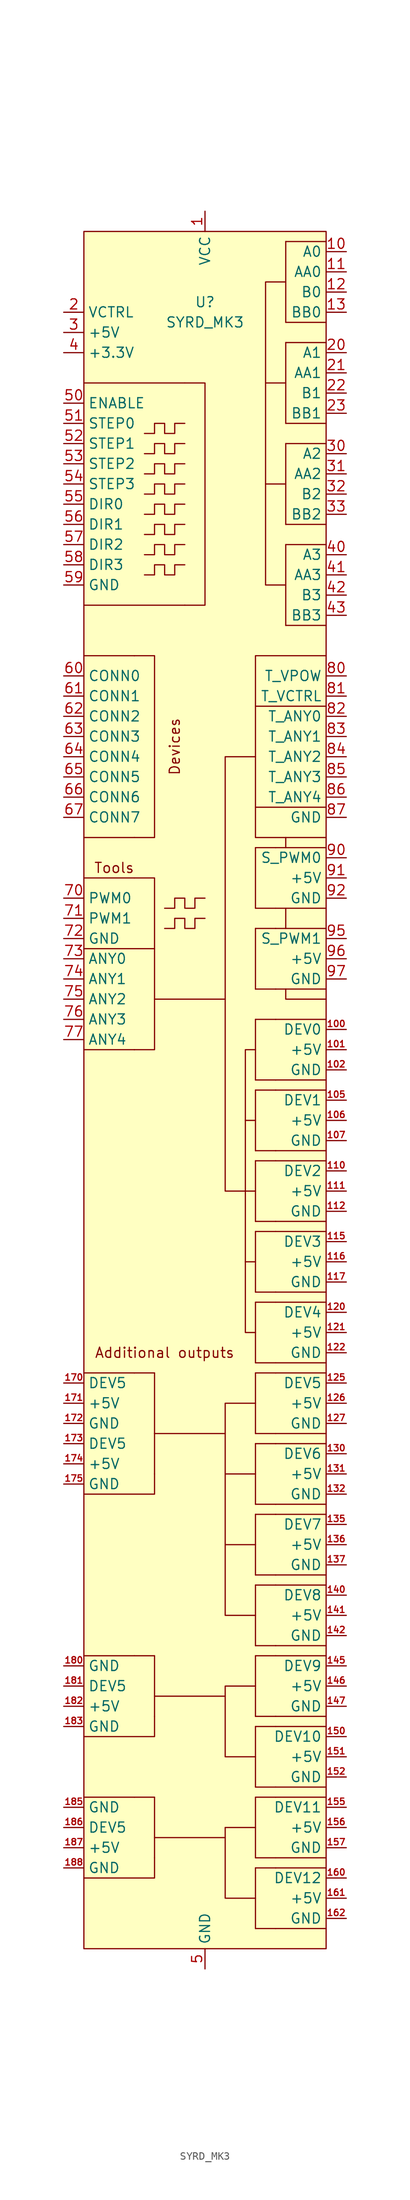
<source format=kicad_sym>
(kicad_symbol_lib
  (version 20211014)
  (generator kicad_symbol_editor)
  (symbol "SYRD_MK3"
    (property "Reference" "U"
      (at 0 52.07 0)
      (effects (font (size 1.27 1.27))))
    (property "Value" "SYRD_MK3"
      (at 0 49.53 0)
      (effects (font (size 1.27 1.27))))
    (symbol "SYRD_MK3_0_0"
      (polyline (pts (xy -6.35 -140.97) (xy 2.54 -140.97)) (stroke (width 0) (type default) (color 0 0 0 0)) (fill (type none)))
      (polyline (pts (xy -6.35 -95.25) (xy -6.35 -90.17)) (stroke (width 0) (type default) (color 0 0 0 0)) (fill (type none)))
      (polyline (pts (xy 2.54 -139.7) (xy 6.35 -139.7)) (stroke (width 0) (type default) (color 0 0 0 0)) (fill (type none)))
      (polyline (pts (xy 5.08 -68.58) (xy 6.35 -68.58)) (stroke (width 0) (type default) (color 0 0 0 0)) (fill (type none)))
      (polyline (pts (xy 5.08 -59.69) (xy 6.35 -59.69)) (stroke (width 0) (type default) (color 0 0 0 0)) (fill (type none)))
      (polyline (pts (xy 5.08 -50.8) (xy 6.35 -50.8)) (stroke (width 0) (type default) (color 0 0 0 0)) (fill (type none)))
      (polyline (pts (xy 10.16 -26.67) (xy 10.16 -24.13)) (stroke (width 0) (type default) (color 0 0 0 0)) (fill (type none)))
      (polyline (pts (xy 10.16 -16.51) (xy 10.16 -15.24)) (stroke (width 0) (type default) (color 0 0 0 0)) (fill (type none)))
      (polyline (pts (xy -6.35 -143.51) (xy -6.35 -146.05) (xy -15.24 -146.05)) (stroke (width 0) (type default) (color 0 0 0 0)) (fill (type none)))
      (polyline (pts (xy -6.35 -125.73) (xy -6.35 -128.27) (xy -15.24 -128.27)) (stroke (width 0) (type default) (color 0 0 0 0)) (fill (type none)))
      (polyline (pts (xy -6.35 -95.25) (xy -6.35 -97.79) (xy -15.24 -97.79)) (stroke (width 0) (type default) (color 0 0 0 0)) (fill (type none)))
      (polyline (pts (xy 2.54 -139.7) (xy 2.54 -148.59) (xy 6.35 -148.59)) (stroke (width 0) (type default) (color 0 0 0 0)) (fill (type none)))
      (polyline (pts (xy 2.54 -123.19) (xy 2.54 -130.81) (xy 6.35 -130.81)) (stroke (width 0) (type default) (color 0 0 0 0)) (fill (type none)))
      (polyline (pts (xy 2.54 -104.14) (xy 2.54 -113.03) (xy 6.35 -113.03)) (stroke (width 0) (type default) (color 0 0 0 0)) (fill (type none)))
      (polyline (pts (xy 2.54 -90.17) (xy 2.54 -95.25) (xy 6.35 -95.25)) (stroke (width 0) (type default) (color 0 0 0 0)) (fill (type none)))
      (polyline (pts (xy 2.54 -35.56) (xy 2.54 -59.69) (xy 5.08 -59.69)) (stroke (width 0) (type default) (color 0 0 0 0)) (fill (type none)))
      (polyline (pts (xy 7.62 29.21) (xy 7.62 16.51) (xy 10.16 16.51)) (stroke (width 0) (type default) (color 0 0 0 0)) (fill (type none)))
      (polyline (pts (xy 15.24 -35.56) (xy 10.16 -35.56) (xy 10.16 -34.29)) (stroke (width 0) (type default) (color 0 0 0 0)) (fill (type none)))
      (polyline (pts (xy -6.35 -123.19) (xy 2.54 -123.19) (xy 2.54 -121.92) (xy 6.35 -121.92)) (stroke (width 0) (type default) (color 0 0 0 0)) (fill (type none)))
      (polyline (pts (xy -6.35 -90.17) (xy 2.54 -90.17) (xy 2.54 -86.36) (xy 6.35 -86.36)) (stroke (width 0) (type default) (color 0 0 0 0)) (fill (type none)))
      (polyline (pts (xy -6.35 -35.56) (xy 2.54 -35.56) (xy 2.54 -5.08) (xy 6.35 -5.08)) (stroke (width 0) (type default) (color 0 0 0 0)) (fill (type none)))
      (polyline (pts (xy 6.35 -41.91) (xy 5.08 -41.91) (xy 5.08 -77.47) (xy 6.35 -77.47)) (stroke (width 0) (type default) (color 0 0 0 0)) (fill (type none)))
      (polyline (pts (xy 2.54 -99.06) (xy 2.54 -95.25) (xy 2.54 -99.06) (xy 2.54 -104.14) (xy 6.35 -104.14)) (stroke (width 0) (type default) (color 0 0 0 0)) (fill (type none)))
      (polyline (pts (xy 10.16 54.61) (xy 7.62 54.61) (xy 7.62 41.91) (xy 10.16 41.91) (xy 7.62 41.91) (xy 7.62 29.21) (xy 10.16 29.21) (xy 7.62 29.21)) (stroke (width 0) (type default) (color 0 0 0 0)) (fill (type none)))
      (text "Additional outputs" (at -5.08 -80.01 0) (effects (font (size 1.27 1.27))))
      (text "Devices" (at -3.81 -3.81 900) (effects (font (size 1.27 1.27))))
      (text "Tools" (at -11.43 -19.05 0) (effects (font (size 1.27 1.27)))))
    (symbol "SYRD_MK3_0_1"
      (rectangle (start -15.24 60.96) (end 15.24 -154.94) (stroke (width 0) (type default) (color 0 0 0 0)) (fill (type background)))
      (polyline (pts (xy -15.24 -29.21) (xy -6.35 -29.21)) (stroke (width 0) (type default) (color 0 0 0 0)) (fill (type none)))
      (polyline (pts (xy -8.89 -135.89) (xy -15.24 -135.89)) (stroke (width 0) (type default) (color 0 0 0 0)) (fill (type none)))
      (polyline (pts (xy -8.89 -118.11) (xy -15.24 -118.11)) (stroke (width 0) (type default) (color 0 0 0 0)) (fill (type none)))
      (polyline (pts (xy -8.89 -82.55) (xy -15.24 -82.55)) (stroke (width 0) (type default) (color 0 0 0 0)) (fill (type none)))
      (polyline (pts (xy -8.89 -41.91) (xy -15.24 -41.91)) (stroke (width 0) (type default) (color 0 0 0 0)) (fill (type none)))
      (polyline (pts (xy -8.89 -20.32) (xy -15.24 -20.32)) (stroke (width 0) (type default) (color 0 0 0 0)) (fill (type none)))
      (polyline (pts (xy -8.89 -15.24) (xy -15.24 -15.24)) (stroke (width 0) (type default) (color 0 0 0 0)) (fill (type none)))
      (polyline (pts (xy -8.89 7.62) (xy -15.24 7.62)) (stroke (width 0) (type default) (color 0 0 0 0)) (fill (type none)))
      (polyline (pts (xy -6.35 -135.89) (xy -8.89 -135.89)) (stroke (width 0) (type default) (color 0 0 0 0)) (fill (type none)))
      (polyline (pts (xy -6.35 -135.89) (xy -6.35 -143.51)) (stroke (width 0) (type default) (color 0 0 0 0)) (fill (type none)))
      (polyline (pts (xy -6.35 -118.11) (xy -8.89 -118.11)) (stroke (width 0) (type default) (color 0 0 0 0)) (fill (type none)))
      (polyline (pts (xy -6.35 -118.11) (xy -6.35 -125.73)) (stroke (width 0) (type default) (color 0 0 0 0)) (fill (type none)))
      (polyline (pts (xy -6.35 -82.55) (xy -8.89 -82.55)) (stroke (width 0) (type default) (color 0 0 0 0)) (fill (type none)))
      (polyline (pts (xy -6.35 -82.55) (xy -6.35 -90.17)) (stroke (width 0) (type default) (color 0 0 0 0)) (fill (type none)))
      (polyline (pts (xy -2.54 13.97) (xy -15.24 13.97)) (stroke (width 0) (type default) (color 0 0 0 0)) (fill (type none)))
      (polyline (pts (xy -2.54 41.91) (xy -15.24 41.91)) (stroke (width 0) (type default) (color 0 0 0 0)) (fill (type none)))
      (polyline (pts (xy 6.35 -152.4) (xy 8.89 -152.4)) (stroke (width 0) (type default) (color 0 0 0 0)) (fill (type none)))
      (polyline (pts (xy 6.35 -144.78) (xy 6.35 -152.4)) (stroke (width 0) (type default) (color 0 0 0 0)) (fill (type none)))
      (polyline (pts (xy 6.35 -144.78) (xy 8.89 -144.78)) (stroke (width 0) (type default) (color 0 0 0 0)) (fill (type none)))
      (polyline (pts (xy 6.35 -143.51) (xy 8.89 -143.51)) (stroke (width 0) (type default) (color 0 0 0 0)) (fill (type none)))
      (polyline (pts (xy 6.35 -135.89) (xy 6.35 -143.51)) (stroke (width 0) (type default) (color 0 0 0 0)) (fill (type none)))
      (polyline (pts (xy 6.35 -135.89) (xy 8.89 -135.89)) (stroke (width 0) (type default) (color 0 0 0 0)) (fill (type none)))
      (polyline (pts (xy 6.35 -134.62) (xy 8.89 -134.62)) (stroke (width 0) (type default) (color 0 0 0 0)) (fill (type none)))
      (polyline (pts (xy 6.35 -127) (xy 6.35 -134.62)) (stroke (width 0) (type default) (color 0 0 0 0)) (fill (type none)))
      (polyline (pts (xy 6.35 -127) (xy 8.89 -127)) (stroke (width 0) (type default) (color 0 0 0 0)) (fill (type none)))
      (polyline (pts (xy 6.35 -125.73) (xy 8.89 -125.73)) (stroke (width 0) (type default) (color 0 0 0 0)) (fill (type none)))
      (polyline (pts (xy 6.35 -118.11) (xy 6.35 -125.73)) (stroke (width 0) (type default) (color 0 0 0 0)) (fill (type none)))
      (polyline (pts (xy 6.35 -118.11) (xy 8.89 -118.11)) (stroke (width 0) (type default) (color 0 0 0 0)) (fill (type none)))
      (polyline (pts (xy 6.35 -116.84) (xy 8.89 -116.84)) (stroke (width 0) (type default) (color 0 0 0 0)) (fill (type none)))
      (polyline (pts (xy 6.35 -109.22) (xy 6.35 -116.84)) (stroke (width 0) (type default) (color 0 0 0 0)) (fill (type none)))
      (polyline (pts (xy 6.35 -109.22) (xy 8.89 -109.22)) (stroke (width 0) (type default) (color 0 0 0 0)) (fill (type none)))
      (polyline (pts (xy 6.35 -107.95) (xy 8.89 -107.95)) (stroke (width 0) (type default) (color 0 0 0 0)) (fill (type none)))
      (polyline (pts (xy 6.35 -100.33) (xy 6.35 -107.95)) (stroke (width 0) (type default) (color 0 0 0 0)) (fill (type none)))
      (polyline (pts (xy 6.35 -100.33) (xy 8.89 -100.33)) (stroke (width 0) (type default) (color 0 0 0 0)) (fill (type none)))
      (polyline (pts (xy 6.35 -99.06) (xy 8.89 -99.06)) (stroke (width 0) (type default) (color 0 0 0 0)) (fill (type none)))
      (polyline (pts (xy 6.35 -91.44) (xy 6.35 -99.06)) (stroke (width 0) (type default) (color 0 0 0 0)) (fill (type none)))
      (polyline (pts (xy 6.35 -91.44) (xy 8.89 -91.44)) (stroke (width 0) (type default) (color 0 0 0 0)) (fill (type none)))
      (polyline (pts (xy 6.35 -90.17) (xy 8.89 -90.17)) (stroke (width 0) (type default) (color 0 0 0 0)) (fill (type none)))
      (polyline (pts (xy 6.35 -82.55) (xy 6.35 -90.17)) (stroke (width 0) (type default) (color 0 0 0 0)) (fill (type none)))
      (polyline (pts (xy 6.35 -82.55) (xy 8.89 -82.55)) (stroke (width 0) (type default) (color 0 0 0 0)) (fill (type none)))
      (polyline (pts (xy 6.35 -81.28) (xy 8.89 -81.28)) (stroke (width 0) (type default) (color 0 0 0 0)) (fill (type none)))
      (polyline (pts (xy 6.35 -73.66) (xy 6.35 -81.28)) (stroke (width 0) (type default) (color 0 0 0 0)) (fill (type none)))
      (polyline (pts (xy 6.35 -73.66) (xy 8.89 -73.66)) (stroke (width 0) (type default) (color 0 0 0 0)) (fill (type none)))
      (polyline (pts (xy 6.35 -72.39) (xy 8.89 -72.39)) (stroke (width 0) (type default) (color 0 0 0 0)) (fill (type none)))
      (polyline (pts (xy 6.35 -64.77) (xy 6.35 -72.39)) (stroke (width 0) (type default) (color 0 0 0 0)) (fill (type none)))
      (polyline (pts (xy 6.35 -64.77) (xy 8.89 -64.77)) (stroke (width 0) (type default) (color 0 0 0 0)) (fill (type none)))
      (polyline (pts (xy 6.35 -63.5) (xy 8.89 -63.5)) (stroke (width 0) (type default) (color 0 0 0 0)) (fill (type none)))
      (polyline (pts (xy 6.35 -55.88) (xy 6.35 -63.5)) (stroke (width 0) (type default) (color 0 0 0 0)) (fill (type none)))
      (polyline (pts (xy 6.35 -55.88) (xy 8.89 -55.88)) (stroke (width 0) (type default) (color 0 0 0 0)) (fill (type none)))
      (polyline (pts (xy 6.35 -54.61) (xy 8.89 -54.61)) (stroke (width 0) (type default) (color 0 0 0 0)) (fill (type none)))
      (polyline (pts (xy 6.35 -46.99) (xy 6.35 -54.61)) (stroke (width 0) (type default) (color 0 0 0 0)) (fill (type none)))
      (polyline (pts (xy 6.35 -46.99) (xy 8.89 -46.99)) (stroke (width 0) (type default) (color 0 0 0 0)) (fill (type none)))
      (polyline (pts (xy 6.35 -45.72) (xy 8.89 -45.72)) (stroke (width 0) (type default) (color 0 0 0 0)) (fill (type none)))
      (polyline (pts (xy 6.35 -38.1) (xy 6.35 -45.72)) (stroke (width 0) (type default) (color 0 0 0 0)) (fill (type none)))
      (polyline (pts (xy 6.35 -38.1) (xy 8.89 -38.1)) (stroke (width 0) (type default) (color 0 0 0 0)) (fill (type none)))
      (polyline (pts (xy 6.35 -34.29) (xy 8.89 -34.29)) (stroke (width 0) (type default) (color 0 0 0 0)) (fill (type none)))
      (polyline (pts (xy 6.35 -26.67) (xy 6.35 -34.29)) (stroke (width 0) (type default) (color 0 0 0 0)) (fill (type none)))
      (polyline (pts (xy 6.35 -26.67) (xy 8.89 -26.67)) (stroke (width 0) (type default) (color 0 0 0 0)) (fill (type none)))
      (polyline (pts (xy 6.35 -24.13) (xy 8.89 -24.13)) (stroke (width 0) (type default) (color 0 0 0 0)) (fill (type none)))
      (polyline (pts (xy 6.35 -16.51) (xy 6.35 -24.13)) (stroke (width 0) (type default) (color 0 0 0 0)) (fill (type none)))
      (polyline (pts (xy 6.35 -16.51) (xy 8.89 -16.51)) (stroke (width 0) (type default) (color 0 0 0 0)) (fill (type none)))
      (polyline (pts (xy 6.35 -11.43) (xy 15.24 -11.43)) (stroke (width 0) (type default) (color 0 0 0 0)) (fill (type none)))
      (polyline (pts (xy 6.35 1.27) (xy 15.24 1.27)) (stroke (width 0) (type default) (color 0 0 0 0)) (fill (type none)))
      (polyline (pts (xy 8.89 -152.4) (xy 15.24 -152.4)) (stroke (width 0) (type default) (color 0 0 0 0)) (fill (type none)))
      (polyline (pts (xy 8.89 -144.78) (xy 15.24 -144.78)) (stroke (width 0) (type default) (color 0 0 0 0)) (fill (type none)))
      (polyline (pts (xy 8.89 -143.51) (xy 15.24 -143.51)) (stroke (width 0) (type default) (color 0 0 0 0)) (fill (type none)))
      (polyline (pts (xy 8.89 -135.89) (xy 15.24 -135.89)) (stroke (width 0) (type default) (color 0 0 0 0)) (fill (type none)))
      (polyline (pts (xy 8.89 -134.62) (xy 15.24 -134.62)) (stroke (width 0) (type default) (color 0 0 0 0)) (fill (type none)))
      (polyline (pts (xy 8.89 -127) (xy 15.24 -127)) (stroke (width 0) (type default) (color 0 0 0 0)) (fill (type none)))
      (polyline (pts (xy 8.89 -125.73) (xy 15.24 -125.73)) (stroke (width 0) (type default) (color 0 0 0 0)) (fill (type none)))
      (polyline (pts (xy 8.89 -118.11) (xy 15.24 -118.11)) (stroke (width 0) (type default) (color 0 0 0 0)) (fill (type none)))
      (polyline (pts (xy 8.89 -116.84) (xy 15.24 -116.84)) (stroke (width 0) (type default) (color 0 0 0 0)) (fill (type none)))
      (polyline (pts (xy 8.89 -109.22) (xy 15.24 -109.22)) (stroke (width 0) (type default) (color 0 0 0 0)) (fill (type none)))
      (polyline (pts (xy 8.89 -107.95) (xy 15.24 -107.95)) (stroke (width 0) (type default) (color 0 0 0 0)) (fill (type none)))
      (polyline (pts (xy 8.89 -100.33) (xy 15.24 -100.33)) (stroke (width 0) (type default) (color 0 0 0 0)) (fill (type none)))
      (polyline (pts (xy 8.89 -99.06) (xy 15.24 -99.06)) (stroke (width 0) (type default) (color 0 0 0 0)) (fill (type none)))
      (polyline (pts (xy 8.89 -91.44) (xy 15.24 -91.44)) (stroke (width 0) (type default) (color 0 0 0 0)) (fill (type none)))
      (polyline (pts (xy 8.89 -90.17) (xy 15.24 -90.17)) (stroke (width 0) (type default) (color 0 0 0 0)) (fill (type none)))
      (polyline (pts (xy 8.89 -82.55) (xy 15.24 -82.55)) (stroke (width 0) (type default) (color 0 0 0 0)) (fill (type none)))
      (polyline (pts (xy 8.89 -81.28) (xy 15.24 -81.28)) (stroke (width 0) (type default) (color 0 0 0 0)) (fill (type none)))
      (polyline (pts (xy 8.89 -73.66) (xy 15.24 -73.66)) (stroke (width 0) (type default) (color 0 0 0 0)) (fill (type none)))
      (polyline (pts (xy 8.89 -72.39) (xy 15.24 -72.39)) (stroke (width 0) (type default) (color 0 0 0 0)) (fill (type none)))
      (polyline (pts (xy 8.89 -64.77) (xy 15.24 -64.77)) (stroke (width 0) (type default) (color 0 0 0 0)) (fill (type none)))
      (polyline (pts (xy 8.89 -63.5) (xy 15.24 -63.5)) (stroke (width 0) (type default) (color 0 0 0 0)) (fill (type none)))
      (polyline (pts (xy 8.89 -55.88) (xy 15.24 -55.88)) (stroke (width 0) (type default) (color 0 0 0 0)) (fill (type none)))
      (polyline (pts (xy 8.89 -54.61) (xy 15.24 -54.61)) (stroke (width 0) (type default) (color 0 0 0 0)) (fill (type none)))
      (polyline (pts (xy 8.89 -46.99) (xy 15.24 -46.99)) (stroke (width 0) (type default) (color 0 0 0 0)) (fill (type none)))
      (polyline (pts (xy 8.89 -45.72) (xy 15.24 -45.72)) (stroke (width 0) (type default) (color 0 0 0 0)) (fill (type none)))
      (polyline (pts (xy 8.89 -38.1) (xy 15.24 -38.1)) (stroke (width 0) (type default) (color 0 0 0 0)) (fill (type none)))
      (polyline (pts (xy 8.89 -34.29) (xy 15.24 -34.29)) (stroke (width 0) (type default) (color 0 0 0 0)) (fill (type none)))
      (polyline (pts (xy 8.89 -26.67) (xy 15.24 -26.67)) (stroke (width 0) (type default) (color 0 0 0 0)) (fill (type none)))
      (polyline (pts (xy 8.89 -24.13) (xy 15.24 -24.13)) (stroke (width 0) (type default) (color 0 0 0 0)) (fill (type none)))
      (polyline (pts (xy 8.89 -16.51) (xy 15.24 -16.51)) (stroke (width 0) (type default) (color 0 0 0 0)) (fill (type none)))
      (polyline (pts (xy 10.16 11.43) (xy 15.24 11.43)) (stroke (width 0) (type default) (color 0 0 0 0)) (fill (type none)))
      (polyline (pts (xy 10.16 21.59) (xy 10.16 11.43)) (stroke (width 0) (type default) (color 0 0 0 0)) (fill (type none)))
      (polyline (pts (xy 10.16 21.59) (xy 15.24 21.59)) (stroke (width 0) (type default) (color 0 0 0 0)) (fill (type none)))
      (polyline (pts (xy 10.16 24.13) (xy 15.24 24.13)) (stroke (width 0) (type default) (color 0 0 0 0)) (fill (type none)))
      (polyline (pts (xy 10.16 34.29) (xy 10.16 24.13)) (stroke (width 0) (type default) (color 0 0 0 0)) (fill (type none)))
      (polyline (pts (xy 10.16 34.29) (xy 15.24 34.29)) (stroke (width 0) (type default) (color 0 0 0 0)) (fill (type none)))
      (polyline (pts (xy 10.16 36.83) (xy 15.24 36.83)) (stroke (width 0) (type default) (color 0 0 0 0)) (fill (type none)))
      (polyline (pts (xy 10.16 46.99) (xy 10.16 36.83)) (stroke (width 0) (type default) (color 0 0 0 0)) (fill (type none)))
      (polyline (pts (xy 10.16 46.99) (xy 15.24 46.99)) (stroke (width 0) (type default) (color 0 0 0 0)) (fill (type none)))
      (polyline (pts (xy 10.16 49.53) (xy 15.24 49.53)) (stroke (width 0) (type default) (color 0 0 0 0)) (fill (type none)))
      (polyline (pts (xy 10.16 59.69) (xy 10.16 49.53)) (stroke (width 0) (type default) (color 0 0 0 0)) (fill (type none)))
      (polyline (pts (xy 10.16 59.69) (xy 15.24 59.69)) (stroke (width 0) (type default) (color 0 0 0 0)) (fill (type none)))
      (polyline (pts (xy -8.89 -20.32) (xy -6.35 -20.32) (xy -6.35 -41.91) (xy -8.89 -41.91)) (stroke (width 0) (type default) (color 0 0 0 0)) (fill (type none)))
      (polyline (pts (xy -8.89 7.62) (xy -6.35 7.62) (xy -6.35 -15.24) (xy -8.89 -15.24)) (stroke (width 0) (type default) (color 0 0 0 0)) (fill (type none)))
      (polyline (pts (xy -2.54 41.91) (xy 0 41.91) (xy 0 13.97) (xy -2.54 13.97)) (stroke (width 0) (type default) (color 0 0 0 0)) (fill (type none)))
      (polyline (pts (xy 15.24 -15.24) (xy 6.35 -15.24) (xy 6.35 7.62) (xy 15.24 7.62)) (stroke (width 0) (type default) (color 0 0 0 0)) (fill (type none)))
      (polyline (pts (xy -7.62 17.78) (xy -6.35 17.78) (xy -6.35 19.05) (xy -5.08 19.05) (xy -5.08 17.78) (xy -3.81 17.78) (xy -3.81 19.05) (xy -2.54 19.05)) (stroke (width 0) (type default) (color 0 0 0 0)) (fill (type none)))
      (polyline (pts (xy -7.62 20.32) (xy -6.35 20.32) (xy -6.35 21.59) (xy -5.08 21.59) (xy -5.08 20.32) (xy -3.81 20.32) (xy -3.81 21.59) (xy -2.54 21.59)) (stroke (width 0) (type default) (color 0 0 0 0)) (fill (type none)))
      (polyline (pts (xy -7.62 22.86) (xy -6.35 22.86) (xy -6.35 24.13) (xy -5.08 24.13) (xy -5.08 22.86) (xy -3.81 22.86) (xy -3.81 24.13) (xy -2.54 24.13)) (stroke (width 0) (type default) (color 0 0 0 0)) (fill (type none)))
      (polyline (pts (xy -7.62 25.4) (xy -6.35 25.4) (xy -6.35 26.67) (xy -5.08 26.67) (xy -5.08 25.4) (xy -3.81 25.4) (xy -3.81 26.67) (xy -2.54 26.67)) (stroke (width 0) (type default) (color 0 0 0 0)) (fill (type none)))
      (polyline (pts (xy -7.62 27.94) (xy -6.35 27.94) (xy -6.35 29.21) (xy -5.08 29.21) (xy -5.08 27.94) (xy -3.81 27.94) (xy -3.81 29.21) (xy -2.54 29.21)) (stroke (width 0) (type default) (color 0 0 0 0)) (fill (type none)))
      (polyline (pts (xy -7.62 30.48) (xy -6.35 30.48) (xy -6.35 31.75) (xy -5.08 31.75) (xy -5.08 30.48) (xy -3.81 30.48) (xy -3.81 31.75) (xy -2.54 31.75)) (stroke (width 0) (type default) (color 0 0 0 0)) (fill (type none)))
      (polyline (pts (xy -7.62 33.02) (xy -6.35 33.02) (xy -6.35 34.29) (xy -5.08 34.29) (xy -5.08 33.02) (xy -3.81 33.02) (xy -3.81 34.29) (xy -2.54 34.29)) (stroke (width 0) (type default) (color 0 0 0 0)) (fill (type none)))
      (polyline (pts (xy -7.62 35.56) (xy -6.35 35.56) (xy -6.35 36.83) (xy -5.08 36.83) (xy -5.08 35.56) (xy -3.81 35.56) (xy -3.81 36.83) (xy -2.54 36.83)) (stroke (width 0) (type default) (color 0 0 0 0)) (fill (type none)))
      (polyline (pts (xy -5.08 -26.67) (xy -3.81 -26.67) (xy -3.81 -25.4) (xy -2.54 -25.4) (xy -2.54 -26.67) (xy -1.27 -26.67) (xy -1.27 -25.4) (xy 0 -25.4)) (stroke (width 0) (type default) (color 0 0 0 0)) (fill (type none)))
      (polyline (pts (xy -5.08 -24.13) (xy -3.81 -24.13) (xy -3.81 -22.86) (xy -2.54 -22.86) (xy -2.54 -24.13) (xy -1.27 -24.13) (xy -1.27 -22.86) (xy 0 -22.86)) (stroke (width 0) (type default) (color 0 0 0 0)) (fill (type none))))
    (symbol "SYRD_MK3_1_1"
      (pin power_in line (at 0 63.5 270) (length 2.54) (name "VCC" (effects (font (size 1.27 1.27)))) (number "1" (effects (font (size 1.27 1.27)))))
      (pin power_out line (at 17.78 58.42 180) (length 2.54) (name "A0" (effects (font (size 1.27 1.27)))) (number "10" (effects (font (size 1.27 1.27)))))
      (pin output line (at 17.78 -39.37 180) (length 2.54) (name "DEV0" (effects (font (size 1.27 1.27)))) (number "100" (effects (font (size 0.8 0.8)))))
      (pin power_out line (at 17.78 -41.91 180) (length 2.54) (name "+5V" (effects (font (size 1.27 1.27)))) (number "101" (effects (font (size 0.8 0.8)))))
      (pin power_out line (at 17.78 -44.45 180) (length 2.54) (name "GND" (effects (font (size 1.27 1.27)))) (number "102" (effects (font (size 0.8 0.8)))))
      (pin output line (at 17.78 -48.26 180) (length 2.54) (name "DEV1" (effects (font (size 1.27 1.27)))) (number "105" (effects (font (size 0.8 0.8)))))
      (pin power_out line (at 17.78 -50.8 180) (length 2.54) (name "+5V" (effects (font (size 1.27 1.27)))) (number "106" (effects (font (size 0.8 0.8)))))
      (pin power_out line (at 17.78 -53.34 180) (length 2.54) (name "GND" (effects (font (size 1.27 1.27)))) (number "107" (effects (font (size 0.8 0.8)))))
      (pin power_out line (at 17.78 55.88 180) (length 2.54) (name "AA0" (effects (font (size 1.27 1.27)))) (number "11" (effects (font (size 1.27 1.27)))))
      (pin output line (at 17.78 -57.15 180) (length 2.54) (name "DEV2" (effects (font (size 1.27 1.27)))) (number "110" (effects (font (size 0.8 0.8)))))
      (pin power_out line (at 17.78 -59.69 180) (length 2.54) (name "+5V" (effects (font (size 1.27 1.27)))) (number "111" (effects (font (size 0.8 0.8)))))
      (pin power_out line (at 17.78 -62.23 180) (length 2.54) (name "GND" (effects (font (size 1.27 1.27)))) (number "112" (effects (font (size 0.8 0.8)))))
      (pin output line (at 17.78 -66.04 180) (length 2.54) (name "DEV3" (effects (font (size 1.27 1.27)))) (number "115" (effects (font (size 0.8 0.8)))))
      (pin power_out line (at 17.78 -68.58 180) (length 2.54) (name "+5V" (effects (font (size 1.27 1.27)))) (number "116" (effects (font (size 0.8 0.8)))))
      (pin power_out line (at 17.78 -71.12 180) (length 2.54) (name "GND" (effects (font (size 1.27 1.27)))) (number "117" (effects (font (size 0.8 0.8)))))
      (pin power_out line (at 17.78 53.34 180) (length 2.54) (name "B0" (effects (font (size 1.27 1.27)))) (number "12" (effects (font (size 1.27 1.27)))))
      (pin output line (at 17.78 -74.93 180) (length 2.54) (name "DEV4" (effects (font (size 1.27 1.27)))) (number "120" (effects (font (size 0.8 0.8)))))
      (pin power_out line (at 17.78 -77.47 180) (length 2.54) (name "+5V" (effects (font (size 1.27 1.27)))) (number "121" (effects (font (size 0.8 0.8)))))
      (pin power_out line (at 17.78 -80.01 180) (length 2.54) (name "GND" (effects (font (size 1.27 1.27)))) (number "122" (effects (font (size 0.8 0.8)))))
      (pin output line (at 17.78 -83.82 180) (length 2.54) (name "DEV5" (effects (font (size 1.27 1.27)))) (number "125" (effects (font (size 0.8 0.8)))))
      (pin power_out line (at 17.78 -86.36 180) (length 2.54) (name "+5V" (effects (font (size 1.27 1.27)))) (number "126" (effects (font (size 0.8 0.8)))))
      (pin power_out line (at 17.78 -88.9 180) (length 2.54) (name "GND" (effects (font (size 1.27 1.27)))) (number "127" (effects (font (size 0.8 0.8)))))
      (pin power_out line (at 17.78 50.8 180) (length 2.54) (name "BB0" (effects (font (size 1.27 1.27)))) (number "13" (effects (font (size 1.27 1.27)))))
      (pin output line (at 17.78 -92.71 180) (length 2.54) (name "DEV6" (effects (font (size 1.27 1.27)))) (number "130" (effects (font (size 0.8 0.8)))))
      (pin power_out line (at 17.78 -95.25 180) (length 2.54) (name "+5V" (effects (font (size 1.27 1.27)))) (number "131" (effects (font (size 0.8 0.8)))))
      (pin power_out line (at 17.78 -97.79 180) (length 2.54) (name "GND" (effects (font (size 1.27 1.27)))) (number "132" (effects (font (size 0.8 0.8)))))
      (pin output line (at 17.78 -101.6 180) (length 2.54) (name "DEV7" (effects (font (size 1.27 1.27)))) (number "135" (effects (font (size 0.8 0.8)))))
      (pin power_out line (at 17.78 -104.14 180) (length 2.54) (name "+5V" (effects (font (size 1.27 1.27)))) (number "136" (effects (font (size 0.8 0.8)))))
      (pin power_out line (at 17.78 -106.68 180) (length 2.54) (name "GND" (effects (font (size 1.27 1.27)))) (number "137" (effects (font (size 0.8 0.8)))))
      (pin output line (at 17.78 -110.49 180) (length 2.54) (name "DEV8" (effects (font (size 1.27 1.27)))) (number "140" (effects (font (size 0.8 0.8)))))
      (pin power_out line (at 17.78 -113.03 180) (length 2.54) (name "+5V" (effects (font (size 1.27 1.27)))) (number "141" (effects (font (size 0.8 0.8)))))
      (pin power_out line (at 17.78 -115.57 180) (length 2.54) (name "GND" (effects (font (size 1.27 1.27)))) (number "142" (effects (font (size 0.8 0.8)))))
      (pin output line (at 17.78 -119.38 180) (length 2.54) (name "DEV9" (effects (font (size 1.27 1.27)))) (number "145" (effects (font (size 0.8 0.8)))))
      (pin power_out line (at 17.78 -121.92 180) (length 2.54) (name "+5V" (effects (font (size 1.27 1.27)))) (number "146" (effects (font (size 0.8 0.8)))))
      (pin power_out line (at 17.78 -124.46 180) (length 2.54) (name "GND" (effects (font (size 1.27 1.27)))) (number "147" (effects (font (size 0.8 0.8)))))
      (pin output line (at 17.78 -128.27 180) (length 2.54) (name "DEV10" (effects (font (size 1.27 1.27)))) (number "150" (effects (font (size 0.8 0.8)))))
      (pin power_out line (at 17.78 -130.81 180) (length 2.54) (name "+5V" (effects (font (size 1.27 1.27)))) (number "151" (effects (font (size 0.8 0.8)))))
      (pin power_out line (at 17.78 -133.35 180) (length 2.54) (name "GND" (effects (font (size 1.27 1.27)))) (number "152" (effects (font (size 0.8 0.8)))))
      (pin output line (at 17.78 -137.16 180) (length 2.54) (name "DEV11" (effects (font (size 1.27 1.27)))) (number "155" (effects (font (size 0.8 0.8)))))
      (pin power_out line (at 17.78 -139.7 180) (length 2.54) (name "+5V" (effects (font (size 1.27 1.27)))) (number "156" (effects (font (size 0.8 0.8)))))
      (pin power_out line (at 17.78 -142.24 180) (length 2.54) (name "GND" (effects (font (size 1.27 1.27)))) (number "157" (effects (font (size 0.8 0.8)))))
      (pin output line (at 17.78 -146.05 180) (length 2.54) (name "DEV12" (effects (font (size 1.27 1.27)))) (number "160" (effects (font (size 0.8 0.8)))))
      (pin power_out line (at 17.78 -148.59 180) (length 2.54) (name "+5V" (effects (font (size 1.27 1.27)))) (number "161" (effects (font (size 0.8 0.8)))))
      (pin power_out line (at 17.78 -151.13 180) (length 2.54) (name "GND" (effects (font (size 1.27 1.27)))) (number "162" (effects (font (size 0.8 0.8)))))
      (pin output line (at -17.78 -83.82 0) (length 2.54) (name "DEV5" (effects (font (size 1.27 1.27)))) (number "170" (effects (font (size 0.8 0.8)))))
      (pin power_out line (at -17.78 -86.36 0) (length 2.54) (name "+5V" (effects (font (size 1.27 1.27)))) (number "171" (effects (font (size 0.8 0.8)))))
      (pin power_out line (at -17.78 -88.9 0) (length 2.54) (name "GND" (effects (font (size 1.27 1.27)))) (number "172" (effects (font (size 0.8 0.8)))))
      (pin output line (at -17.78 -91.44 0) (length 2.54) (name "DEV5" (effects (font (size 1.27 1.27)))) (number "173" (effects (font (size 0.8 0.8)))))
      (pin power_out line (at -17.78 -93.98 0) (length 2.54) (name "+5V" (effects (font (size 1.27 1.27)))) (number "174" (effects (font (size 0.8 0.8)))))
      (pin power_out line (at -17.78 -96.52 0) (length 2.54) (name "GND" (effects (font (size 1.27 1.27)))) (number "175" (effects (font (size 0.8 0.8)))))
      (pin power_out line (at -17.78 -119.38 0) (length 2.54) (name "GND" (effects (font (size 1.27 1.27)))) (number "180" (effects (font (size 0.8 0.8)))))
      (pin output line (at -17.78 -121.92 0) (length 2.54) (name "DEV5" (effects (font (size 1.27 1.27)))) (number "181" (effects (font (size 0.8 0.8)))))
      (pin power_out line (at -17.78 -124.46 0) (length 2.54) (name "+5V" (effects (font (size 1.27 1.27)))) (number "182" (effects (font (size 0.8 0.8)))))
      (pin power_out line (at -17.78 -127 0) (length 2.54) (name "GND" (effects (font (size 1.27 1.27)))) (number "183" (effects (font (size 0.8 0.8)))))
      (pin power_out line (at -17.78 -137.16 0) (length 2.54) (name "GND" (effects (font (size 1.27 1.27)))) (number "185" (effects (font (size 0.8 0.8)))))
      (pin output line (at -17.78 -139.7 0) (length 2.54) (name "DEV5" (effects (font (size 1.27 1.27)))) (number "186" (effects (font (size 0.8 0.8)))))
      (pin power_out line (at -17.78 -142.24 0) (length 2.54) (name "+5V" (effects (font (size 1.27 1.27)))) (number "187" (effects (font (size 0.8 0.8)))))
      (pin power_out line (at -17.78 -144.78 0) (length 2.54) (name "GND" (effects (font (size 1.27 1.27)))) (number "188" (effects (font (size 0.8 0.8)))))
      (pin power_in line (at -17.78 50.8 0) (length 2.54) (name "VCTRL" (effects (font (size 1.27 1.27)))) (number "2" (effects (font (size 1.27 1.27)))))
      (pin power_out line (at 17.78 45.72 180) (length 2.54) (name "A1" (effects (font (size 1.27 1.27)))) (number "20" (effects (font (size 1.27 1.27)))))
      (pin power_out line (at 17.78 43.18 180) (length 2.54) (name "AA1" (effects (font (size 1.27 1.27)))) (number "21" (effects (font (size 1.27 1.27)))))
      (pin power_out line (at 17.78 40.64 180) (length 2.54) (name "B1" (effects (font (size 1.27 1.27)))) (number "22" (effects (font (size 1.27 1.27)))))
      (pin power_out line (at 17.78 38.1 180) (length 2.54) (name "BB1" (effects (font (size 1.27 1.27)))) (number "23" (effects (font (size 1.27 1.27)))))
      (pin power_in line (at -17.78 48.26 0) (length 2.54) (name "+5V" (effects (font (size 1.27 1.27)))) (number "3" (effects (font (size 1.27 1.27)))))
      (pin power_out line (at 17.78 33.02 180) (length 2.54) (name "A2" (effects (font (size 1.27 1.27)))) (number "30" (effects (font (size 1.27 1.27)))))
      (pin power_out line (at 17.78 30.48 180) (length 2.54) (name "AA2" (effects (font (size 1.27 1.27)))) (number "31" (effects (font (size 1.27 1.27)))))
      (pin power_out line (at 17.78 27.94 180) (length 2.54) (name "B2" (effects (font (size 1.27 1.27)))) (number "32" (effects (font (size 1.27 1.27)))))
      (pin power_out line (at 17.78 25.4 180) (length 2.54) (name "BB2" (effects (font (size 1.27 1.27)))) (number "33" (effects (font (size 1.27 1.27)))))
      (pin power_in line (at -17.78 45.72 0) (length 2.54) (name "+3.3V" (effects (font (size 1.27 1.27)))) (number "4" (effects (font (size 1.27 1.27)))))
      (pin power_out line (at 17.78 20.32 180) (length 2.54) (name "A3" (effects (font (size 1.27 1.27)))) (number "40" (effects (font (size 1.27 1.27)))))
      (pin power_out line (at 17.78 17.78 180) (length 2.54) (name "AA3" (effects (font (size 1.27 1.27)))) (number "41" (effects (font (size 1.27 1.27)))))
      (pin power_out line (at 17.78 15.24 180) (length 2.54) (name "B3" (effects (font (size 1.27 1.27)))) (number "42" (effects (font (size 1.27 1.27)))))
      (pin power_out line (at 17.78 12.7 180) (length 2.54) (name "BB3" (effects (font (size 1.27 1.27)))) (number "43" (effects (font (size 1.27 1.27)))))
      (pin power_in line (at 0 -157.48 90) (length 2.54) (name "GND" (effects (font (size 1.27 1.27)))) (number "5" (effects (font (size 1.27 1.27)))))
      (pin input line (at -17.78 39.37 0) (length 2.54) (name "ENABLE" (effects (font (size 1.27 1.27)))) (number "50" (effects (font (size 1.27 1.27)))))
      (pin input line (at -17.78 36.83 0) (length 2.54) (name "STEP0" (effects (font (size 1.27 1.27)))) (number "51" (effects (font (size 1.27 1.27)))))
      (pin input line (at -17.78 34.29 0) (length 2.54) (name "STEP1" (effects (font (size 1.27 1.27)))) (number "52" (effects (font (size 1.27 1.27)))))
      (pin input line (at -17.78 31.75 0) (length 2.54) (name "STEP2" (effects (font (size 1.27 1.27)))) (number "53" (effects (font (size 1.27 1.27)))))
      (pin input line (at -17.78 29.21 0) (length 2.54) (name "STEP3" (effects (font (size 1.27 1.27)))) (number "54" (effects (font (size 1.27 1.27)))))
      (pin input line (at -17.78 26.67 0) (length 2.54) (name "DIR0" (effects (font (size 1.27 1.27)))) (number "55" (effects (font (size 1.27 1.27)))))
      (pin input line (at -17.78 24.13 0) (length 2.54) (name "DIR1" (effects (font (size 1.27 1.27)))) (number "56" (effects (font (size 1.27 1.27)))))
      (pin input line (at -17.78 21.59 0) (length 2.54) (name "DIR2" (effects (font (size 1.27 1.27)))) (number "57" (effects (font (size 1.27 1.27)))))
      (pin input line (at -17.78 19.05 0) (length 2.54) (name "DIR3" (effects (font (size 1.27 1.27)))) (number "58" (effects (font (size 1.27 1.27)))))
      (pin input line (at -17.78 16.51 0) (length 2.54) (name "GND" (effects (font (size 1.27 1.27)))) (number "59" (effects (font (size 1.27 1.27)))))
      (pin output line (at -17.78 5.08 0) (length 2.54) (name "CONN0" (effects (font (size 1.27 1.27)))) (number "60" (effects (font (size 1.27 1.27)))))
      (pin output line (at -17.78 2.54 0) (length 2.54) (name "CONN1" (effects (font (size 1.27 1.27)))) (number "61" (effects (font (size 1.27 1.27)))))
      (pin output line (at -17.78 0 0) (length 2.54) (name "CONN2" (effects (font (size 1.27 1.27)))) (number "62" (effects (font (size 1.27 1.27)))))
      (pin output line (at -17.78 -2.54 0) (length 2.54) (name "CONN3" (effects (font (size 1.27 1.27)))) (number "63" (effects (font (size 1.27 1.27)))))
      (pin output line (at -17.78 -5.08 0) (length 2.54) (name "CONN4" (effects (font (size 1.27 1.27)))) (number "64" (effects (font (size 1.27 1.27)))))
      (pin output line (at -17.78 -7.62 0) (length 2.54) (name "CONN5" (effects (font (size 1.27 1.27)))) (number "65" (effects (font (size 1.27 1.27)))))
      (pin output line (at -17.78 -10.16 0) (length 2.54) (name "CONN6" (effects (font (size 1.27 1.27)))) (number "66" (effects (font (size 1.27 1.27)))))
      (pin output line (at -17.78 -12.7 0) (length 2.54) (name "CONN7" (effects (font (size 1.27 1.27)))) (number "67" (effects (font (size 1.27 1.27)))))
      (pin input line (at -17.78 -22.86 0) (length 2.54) (name "PWM0" (effects (font (size 1.27 1.27)))) (number "70" (effects (font (size 1.27 1.27)))))
      (pin input line (at -17.78 -25.4 0) (length 2.54) (name "PWM1" (effects (font (size 1.27 1.27)))) (number "71" (effects (font (size 1.27 1.27)))))
      (pin input line (at -17.78 -27.94 0) (length 2.54) (name "GND" (effects (font (size 1.27 1.27)))) (number "72" (effects (font (size 1.27 1.27)))))
      (pin bidirectional line (at -17.78 -30.48 0) (length 2.54) (name "ANY0" (effects (font (size 1.27 1.27)))) (number "73" (effects (font (size 1.27 1.27)))))
      (pin bidirectional line (at -17.78 -33.02 0) (length 2.54) (name "ANY1" (effects (font (size 1.27 1.27)))) (number "74" (effects (font (size 1.27 1.27)))))
      (pin bidirectional line (at -17.78 -35.56 0) (length 2.54) (name "ANY2" (effects (font (size 1.27 1.27)))) (number "75" (effects (font (size 1.27 1.27)))))
      (pin bidirectional line (at -17.78 -38.1 0) (length 2.54) (name "ANY3" (effects (font (size 1.27 1.27)))) (number "76" (effects (font (size 1.27 1.27)))))
      (pin bidirectional line (at -17.78 -40.64 0) (length 2.54) (name "ANY4" (effects (font (size 1.27 1.27)))) (number "77" (effects (font (size 1.27 1.27)))))
      (pin power_out line (at 17.78 5.08 180) (length 2.54) (name "T_VPOW" (effects (font (size 1.27 1.27)))) (number "80" (effects (font (size 1.27 1.27)))))
      (pin power_out line (at 17.78 2.54 180) (length 2.54) (name "T_VCTRL" (effects (font (size 1.27 1.27)))) (number "81" (effects (font (size 1.27 1.27)))))
      (pin bidirectional line (at 17.78 0 180) (length 2.54) (name "T_ANY0" (effects (font (size 1.27 1.27)))) (number "82" (effects (font (size 1.27 1.27)))))
      (pin bidirectional line (at 17.78 -2.54 180) (length 2.54) (name "T_ANY1" (effects (font (size 1.27 1.27)))) (number "83" (effects (font (size 1.27 1.27)))))
      (pin bidirectional line (at 17.78 -5.08 180) (length 2.54) (name "T_ANY2" (effects (font (size 1.27 1.27)))) (number "84" (effects (font (size 1.27 1.27)))))
      (pin bidirectional line (at 17.78 -7.62 180) (length 2.54) (name "T_ANY3" (effects (font (size 1.27 1.27)))) (number "85" (effects (font (size 1.27 1.27)))))
      (pin bidirectional line (at 17.78 -10.16 180) (length 2.54) (name "T_ANY4" (effects (font (size 1.27 1.27)))) (number "86" (effects (font (size 1.27 1.27)))))
      (pin power_out line (at 17.78 -12.7 180) (length 2.54) (name "GND" (effects (font (size 1.27 1.27)))) (number "87" (effects (font (size 1.27 1.27)))))
      (pin output line (at 17.78 -17.78 180) (length 2.54) (name "S_PWM0" (effects (font (size 1.27 1.27)))) (number "90" (effects (font (size 1.27 1.27)))))
      (pin power_out line (at 17.78 -20.32 180) (length 2.54) (name "+5V" (effects (font (size 1.27 1.27)))) (number "91" (effects (font (size 1.27 1.27)))))
      (pin power_out line (at 17.78 -22.86 180) (length 2.54) (name "GND" (effects (font (size 1.27 1.27)))) (number "92" (effects (font (size 1.27 1.27)))))
      (pin output line (at 17.78 -27.94 180) (length 2.54) (name "S_PWM1" (effects (font (size 1.27 1.27)))) (number "95" (effects (font (size 1.27 1.27)))))
      (pin power_out line (at 17.78 -30.48 180) (length 2.54) (name "+5V" (effects (font (size 1.27 1.27)))) (number "96" (effects (font (size 1.27 1.27)))))
      (pin power_out line (at 17.78 -33.02 180) (length 2.54) (name "GND" (effects (font (size 1.27 1.27)))) (number "97" (effects (font (size 1.27 1.27))))))))
</source>
